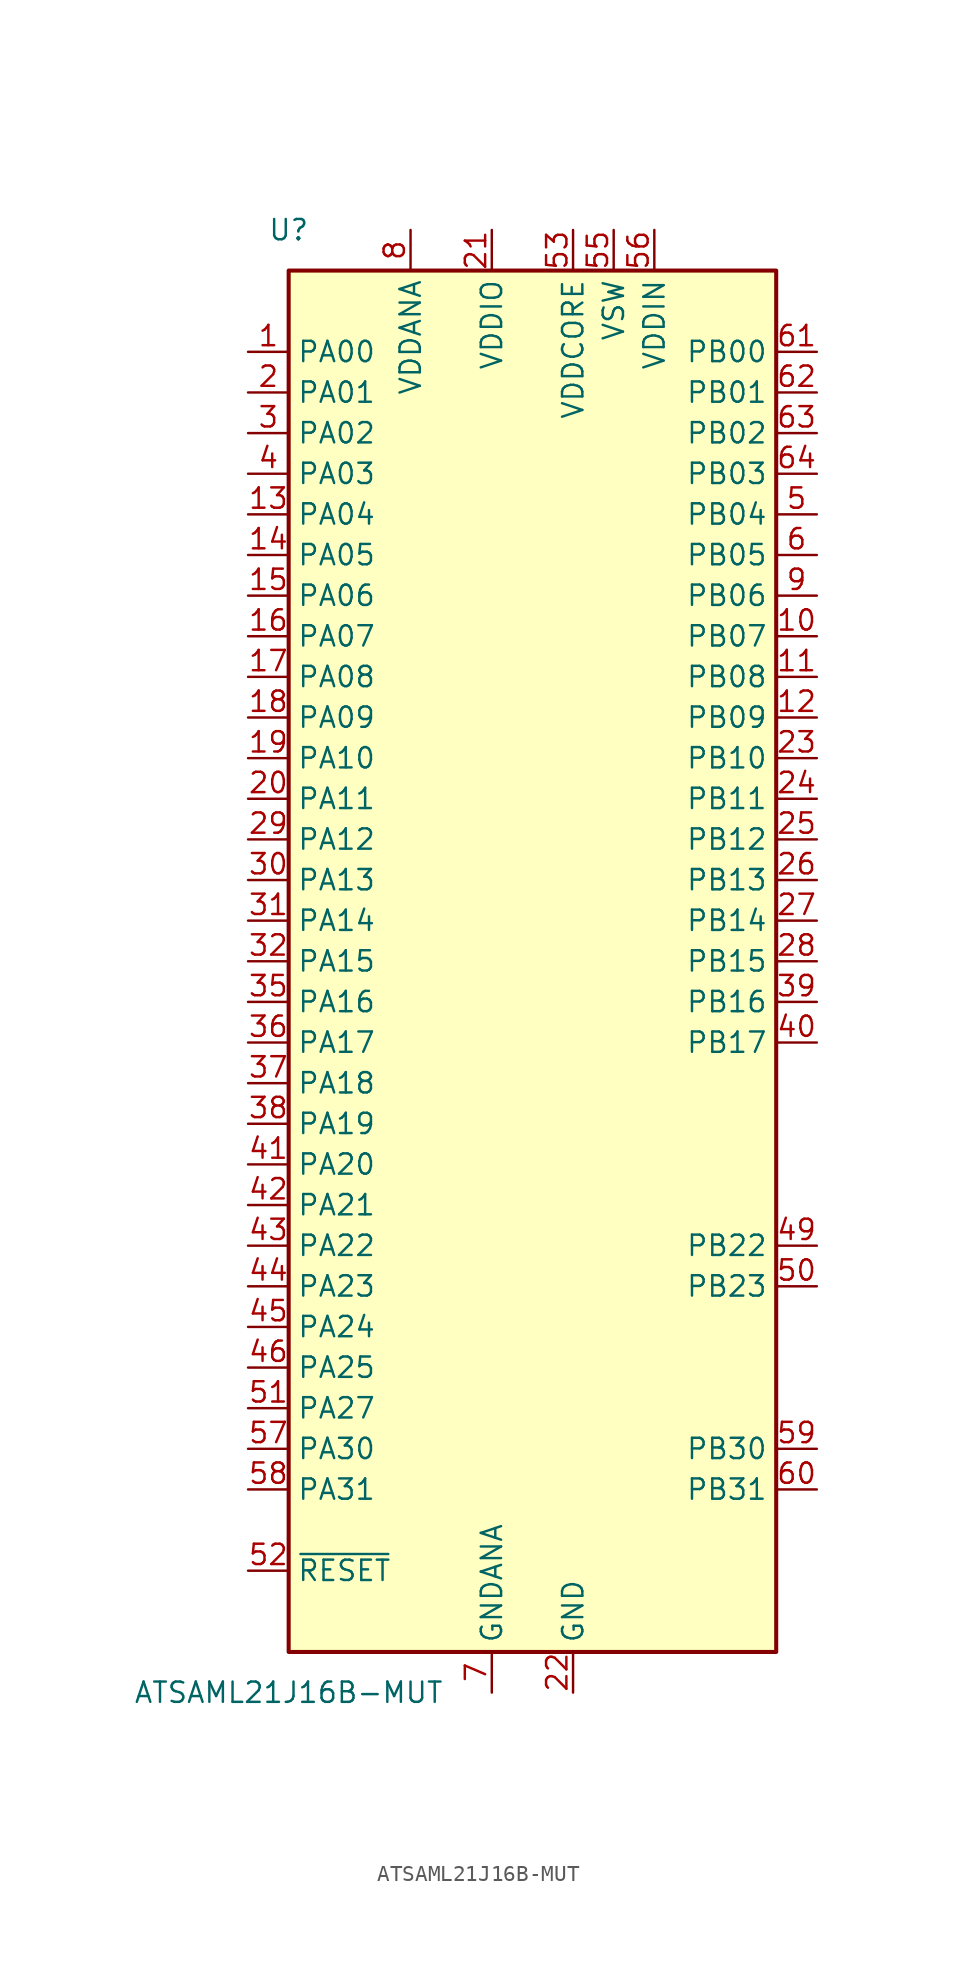
<source format=kicad_sym>
(kicad_symbol_lib
  (version 20241209)
  (generator "kicad_symbol_editor")
  (generator_version "9.0")
  (symbol "ATSAML21J16B-MUT"
    (property "Reference" "U"
      (at -15.24 45.72 0)
      (effects (font (size 1.27 1.27))))
    (property "Value" "ATSAML21J16B-MUT"
      (at -15.24 -45.72 0)
      (effects (font (size 1.27 1.27))))
    (symbol "ATSAML21J16B-MUT_0_1"
      (rectangle (start -15.24 43.18) (end 15.24 -43.18) (stroke (width 0.254) (type default)) (fill (type background))))
    (symbol "ATSAML21J16B-MUT_1_1"
      (pin bidirectional line (at -17.78 38.1 0) (length 2.54) (name "PA00" (effects (font (size 1.27 1.27)))) (number "1" (effects (font (size 1.27 1.27)))))
      (pin bidirectional line (at -17.78 35.56 0) (length 2.54) (name "PA01" (effects (font (size 1.27 1.27)))) (number "2" (effects (font (size 1.27 1.27)))))
      (pin bidirectional line (at -17.78 33.02 0) (length 2.54) (name "PA02" (effects (font (size 1.27 1.27)))) (number "3" (effects (font (size 1.27 1.27)))))
      (pin bidirectional line (at -17.78 30.48 0) (length 2.54) (name "PA03" (effects (font (size 1.27 1.27)))) (number "4" (effects (font (size 1.27 1.27)))))
      (pin bidirectional line (at -17.78 27.94 0) (length 2.54) (name "PA04" (effects (font (size 1.27 1.27)))) (number "13" (effects (font (size 1.27 1.27)))))
      (pin bidirectional line (at -17.78 25.4 0) (length 2.54) (name "PA05" (effects (font (size 1.27 1.27)))) (number "14" (effects (font (size 1.27 1.27)))))
      (pin bidirectional line (at -17.78 22.86 0) (length 2.54) (name "PA06" (effects (font (size 1.27 1.27)))) (number "15" (effects (font (size 1.27 1.27)))))
      (pin bidirectional line (at -17.78 20.32 0) (length 2.54) (name "PA07" (effects (font (size 1.27 1.27)))) (number "16" (effects (font (size 1.27 1.27)))))
      (pin bidirectional line (at -17.78 17.78 0) (length 2.54) (name "PA08" (effects (font (size 1.27 1.27)))) (number "17" (effects (font (size 1.27 1.27)))))
      (pin bidirectional line (at -17.78 15.24 0) (length 2.54) (name "PA09" (effects (font (size 1.27 1.27)))) (number "18" (effects (font (size 1.27 1.27)))))
      (pin bidirectional line (at -17.78 12.7 0) (length 2.54) (name "PA10" (effects (font (size 1.27 1.27)))) (number "19" (effects (font (size 1.27 1.27)))))
      (pin bidirectional line (at -17.78 10.16 0) (length 2.54) (name "PA11" (effects (font (size 1.27 1.27)))) (number "20" (effects (font (size 1.27 1.27)))))
      (pin bidirectional line (at -17.78 7.62 0) (length 2.54) (name "PA12" (effects (font (size 1.27 1.27)))) (number "29" (effects (font (size 1.27 1.27)))))
      (pin bidirectional line (at -17.78 5.08 0) (length 2.54) (name "PA13" (effects (font (size 1.27 1.27)))) (number "30" (effects (font (size 1.27 1.27)))))
      (pin bidirectional line (at -17.78 2.54 0) (length 2.54) (name "PA14" (effects (font (size 1.27 1.27)))) (number "31" (effects (font (size 1.27 1.27)))))
      (pin bidirectional line (at -17.78 0 0) (length 2.54) (name "PA15" (effects (font (size 1.27 1.27)))) (number "32" (effects (font (size 1.27 1.27)))))
      (pin bidirectional line (at -17.78 -2.54 0) (length 2.54) (name "PA16" (effects (font (size 1.27 1.27)))) (number "35" (effects (font (size 1.27 1.27)))))
      (pin bidirectional line (at -17.78 -5.08 0) (length 2.54) (name "PA17" (effects (font (size 1.27 1.27)))) (number "36" (effects (font (size 1.27 1.27)))))
      (pin bidirectional line (at -17.78 -7.62 0) (length 2.54) (name "PA18" (effects (font (size 1.27 1.27)))) (number "37" (effects (font (size 1.27 1.27)))))
      (pin bidirectional line (at -17.78 -10.16 0) (length 2.54) (name "PA19" (effects (font (size 1.27 1.27)))) (number "38" (effects (font (size 1.27 1.27)))))
      (pin bidirectional line (at -17.78 -12.7 0) (length 2.54) (name "PA20" (effects (font (size 1.27 1.27)))) (number "41" (effects (font (size 1.27 1.27)))))
      (pin bidirectional line (at -17.78 -15.24 0) (length 2.54) (name "PA21" (effects (font (size 1.27 1.27)))) (number "42" (effects (font (size 1.27 1.27)))))
      (pin bidirectional line (at -17.78 -17.78 0) (length 2.54) (name "PA22" (effects (font (size 1.27 1.27)))) (number "43" (effects (font (size 1.27 1.27)))))
      (pin bidirectional line (at -17.78 -20.32 0) (length 2.54) (name "PA23" (effects (font (size 1.27 1.27)))) (number "44" (effects (font (size 1.27 1.27)))))
      (pin bidirectional line (at -17.78 -22.86 0) (length 2.54) (name "PA24" (effects (font (size 1.27 1.27)))) (number "45" (effects (font (size 1.27 1.27)))))
      (pin bidirectional line (at -17.78 -25.4 0) (length 2.54) (name "PA25" (effects (font (size 1.27 1.27)))) (number "46" (effects (font (size 1.27 1.27)))))
      (pin bidirectional line (at -17.78 -27.94 0) (length 2.54) (name "PA27" (effects (font (size 1.27 1.27)))) (number "51" (effects (font (size 1.27 1.27)))))
      (pin bidirectional line (at -17.78 -30.48 0) (length 2.54) (name "PA30" (effects (font (size 1.27 1.27)))) (number "57" (effects (font (size 1.27 1.27)))))
      (pin bidirectional line (at -17.78 -33.02 0) (length 2.54) (name "PA31" (effects (font (size 1.27 1.27)))) (number "58" (effects (font (size 1.27 1.27)))))
      (pin input line (at -17.78 -38.1 0) (length 2.54) (name "~{RESET}" (effects (font (size 1.27 1.27)))) (number "52" (effects (font (size 1.27 1.27)))))
      (pin power_in line (at -7.62 45.72 270) (length 2.54) (name "VDDANA" (effects (font (size 1.27 1.27)))) (number "8" (effects (font (size 1.27 1.27)))))
      (pin power_in line (at -2.54 45.72 270) (length 2.54) (name "VDDIO" (effects (font (size 1.27 1.27)))) (number "21" (effects (font (size 1.27 1.27)))))
      (pin passive line (at -2.54 45.72 270) (length 2.54) (hide yes) (name "VDDIO" (effects (font (size 1.27 1.27)))) (number "34" (effects (font (size 1.27 1.27)))))
      (pin passive line (at -2.54 45.72 270) (length 2.54) (hide yes) (name "VDDIO" (effects (font (size 1.27 1.27)))) (number "48" (effects (font (size 1.27 1.27)))))
      (pin power_in line (at -2.54 -45.72 90) (length 2.54) (name "GNDANA" (effects (font (size 1.27 1.27)))) (number "7" (effects (font (size 1.27 1.27)))))
      (pin power_in line (at 2.54 45.72 270) (length 2.54) (name "VDDCORE" (effects (font (size 1.27 1.27)))) (number "53" (effects (font (size 1.27 1.27)))))
      (pin power_in line (at 2.54 -45.72 90) (length 2.54) (name "GND" (effects (font (size 1.27 1.27)))) (number "22" (effects (font (size 1.27 1.27)))))
      (pin passive line (at 2.54 -45.72 90) (length 2.54) (hide yes) (name "GND" (effects (font (size 1.27 1.27)))) (number "33" (effects (font (size 1.27 1.27)))))
      (pin passive line (at 2.54 -45.72 90) (length 2.54) (hide yes) (name "GND" (effects (font (size 1.27 1.27)))) (number "47" (effects (font (size 1.27 1.27)))))
      (pin passive line (at 2.54 -45.72 90) (length 2.54) (hide yes) (name "GND" (effects (font (size 1.27 1.27)))) (number "54" (effects (font (size 1.27 1.27)))))
      (pin passive line (at 2.54 -45.72 90) (length 2.54) (hide yes) (name "GND" (effects (font (size 1.27 1.27)))) (number "65" (effects (font (size 1.27 1.27)))))
      (pin power_out line (at 5.08 45.72 270) (length 2.54) (name "VSW" (effects (font (size 1.27 1.27)))) (number "55" (effects (font (size 1.27 1.27)))))
      (pin power_in line (at 7.62 45.72 270) (length 2.54) (name "VDDIN" (effects (font (size 1.27 1.27)))) (number "56" (effects (font (size 1.27 1.27)))))
      (pin bidirectional line (at 17.78 38.1 180) (length 2.54) (name "PB00" (effects (font (size 1.27 1.27)))) (number "61" (effects (font (size 1.27 1.27)))))
      (pin bidirectional line (at 17.78 35.56 180) (length 2.54) (name "PB01" (effects (font (size 1.27 1.27)))) (number "62" (effects (font (size 1.27 1.27)))))
      (pin bidirectional line (at 17.78 33.02 180) (length 2.54) (name "PB02" (effects (font (size 1.27 1.27)))) (number "63" (effects (font (size 1.27 1.27)))))
      (pin bidirectional line (at 17.78 30.48 180) (length 2.54) (name "PB03" (effects (font (size 1.27 1.27)))) (number "64" (effects (font (size 1.27 1.27)))))
      (pin bidirectional line (at 17.78 27.94 180) (length 2.54) (name "PB04" (effects (font (size 1.27 1.27)))) (number "5" (effects (font (size 1.27 1.27)))))
      (pin bidirectional line (at 17.78 25.4 180) (length 2.54) (name "PB05" (effects (font (size 1.27 1.27)))) (number "6" (effects (font (size 1.27 1.27)))))
      (pin bidirectional line (at 17.78 22.86 180) (length 2.54) (name "PB06" (effects (font (size 1.27 1.27)))) (number "9" (effects (font (size 1.27 1.27)))))
      (pin bidirectional line (at 17.78 20.32 180) (length 2.54) (name "PB07" (effects (font (size 1.27 1.27)))) (number "10" (effects (font (size 1.27 1.27)))))
      (pin bidirectional line (at 17.78 17.78 180) (length 2.54) (name "PB08" (effects (font (size 1.27 1.27)))) (number "11" (effects (font (size 1.27 1.27)))))
      (pin bidirectional line (at 17.78 15.24 180) (length 2.54) (name "PB09" (effects (font (size 1.27 1.27)))) (number "12" (effects (font (size 1.27 1.27)))))
      (pin bidirectional line (at 17.78 12.7 180) (length 2.54) (name "PB10" (effects (font (size 1.27 1.27)))) (number "23" (effects (font (size 1.27 1.27)))))
      (pin bidirectional line (at 17.78 10.16 180) (length 2.54) (name "PB11" (effects (font (size 1.27 1.27)))) (number "24" (effects (font (size 1.27 1.27)))))
      (pin bidirectional line (at 17.78 7.62 180) (length 2.54) (name "PB12" (effects (font (size 1.27 1.27)))) (number "25" (effects (font (size 1.27 1.27)))))
      (pin bidirectional line (at 17.78 5.08 180) (length 2.54) (name "PB13" (effects (font (size 1.27 1.27)))) (number "26" (effects (font (size 1.27 1.27)))))
      (pin bidirectional line (at 17.78 2.54 180) (length 2.54) (name "PB14" (effects (font (size 1.27 1.27)))) (number "27" (effects (font (size 1.27 1.27)))))
      (pin bidirectional line (at 17.78 0 180) (length 2.54) (name "PB15" (effects (font (size 1.27 1.27)))) (number "28" (effects (font (size 1.27 1.27)))))
      (pin bidirectional line (at 17.78 -2.54 180) (length 2.54) (name "PB16" (effects (font (size 1.27 1.27)))) (number "39" (effects (font (size 1.27 1.27)))))
      (pin bidirectional line (at 17.78 -5.08 180) (length 2.54) (name "PB17" (effects (font (size 1.27 1.27)))) (number "40" (effects (font (size 1.27 1.27)))))
      (pin bidirectional line (at 17.78 -17.78 180) (length 2.54) (name "PB22" (effects (font (size 1.27 1.27)))) (number "49" (effects (font (size 1.27 1.27)))))
      (pin bidirectional line (at 17.78 -20.32 180) (length 2.54) (name "PB23" (effects (font (size 1.27 1.27)))) (number "50" (effects (font (size 1.27 1.27)))))
      (pin bidirectional line (at 17.78 -30.48 180) (length 2.54) (name "PB30" (effects (font (size 1.27 1.27)))) (number "59" (effects (font (size 1.27 1.27)))))
      (pin bidirectional line (at 17.78 -33.02 180) (length 2.54) (name "PB31" (effects (font (size 1.27 1.27)))) (number "60" (effects (font (size 1.27 1.27))))))))
</source>
